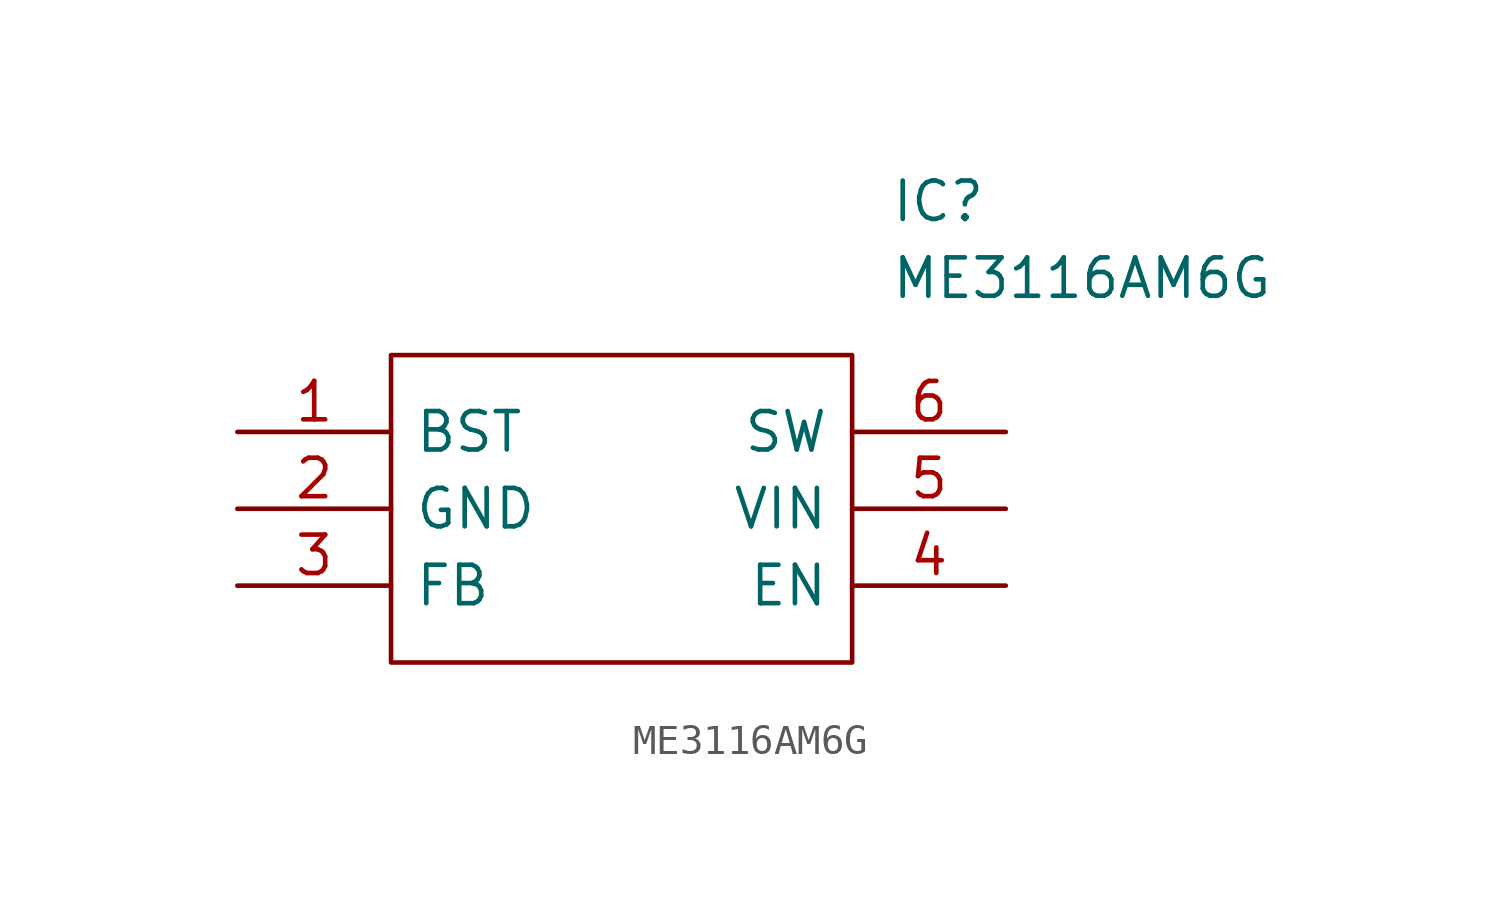
<source format=kicad_sym>
(kicad_symbol_lib
  (version 20231120)
  (generator "kicad_symbol_editor")
  (generator_version "8.0")
  (symbol "ME3116AM6G"
    (pin_names
      (offset 0.762))
    (property "Reference" "IC"
      (at 21.59 7.62 0)
      (effects (font (size 1.27 1.27)) (justify left)))
    (property "Value" "ME3116AM6G"
      (at 21.59 5.08 0)
      (effects (font (size 1.27 1.27)) (justify left)))
    (symbol "ME3116AM6G_0_0"
      (pin passive line (at 0 0 0) (length 5.08) (name "BST" (effects (font (size 1.27 1.27)))) (number "1" (effects (font (size 1.27 1.27)))))
      (pin passive line (at 0 -2.54 0) (length 5.08) (name "GND" (effects (font (size 1.27 1.27)))) (number "2" (effects (font (size 1.27 1.27)))))
      (pin passive line (at 0 -5.08 0) (length 5.08) (name "FB" (effects (font (size 1.27 1.27)))) (number "3" (effects (font (size 1.27 1.27)))))
      (pin passive line (at 25.4 -5.08 180) (length 5.08) (name "EN" (effects (font (size 1.27 1.27)))) (number "4" (effects (font (size 1.27 1.27)))))
      (pin passive line (at 25.4 -2.54 180) (length 5.08) (name "VIN" (effects (font (size 1.27 1.27)))) (number "5" (effects (font (size 1.27 1.27)))))
      (pin passive line (at 25.4 0 180) (length 5.08) (name "SW" (effects (font (size 1.27 1.27)))) (number "6" (effects (font (size 1.27 1.27))))))
    (symbol "ME3116AM6G_0_1"
      (polyline (pts (xy 5.08 2.54) (xy 20.32 2.54) (xy 20.32 -7.62) (xy 5.08 -7.62) (xy 5.08 2.54)) (stroke (width 0.152) (type default)) (fill (type none))))))
</source>
